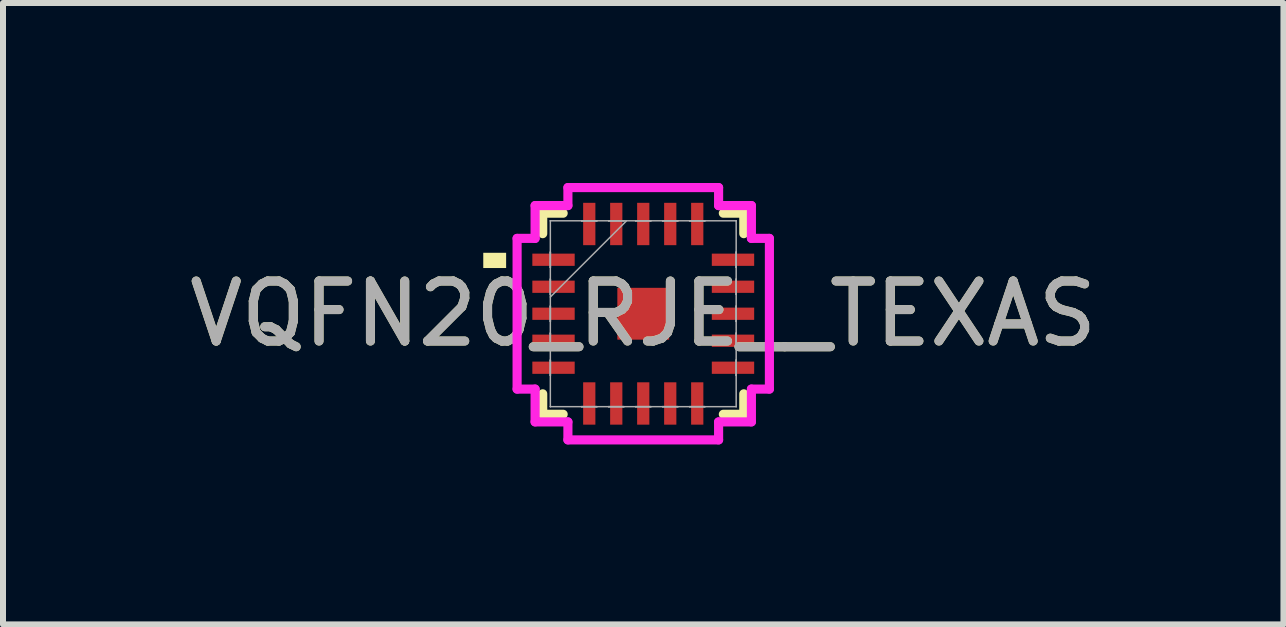
<source format=kicad_pcb>
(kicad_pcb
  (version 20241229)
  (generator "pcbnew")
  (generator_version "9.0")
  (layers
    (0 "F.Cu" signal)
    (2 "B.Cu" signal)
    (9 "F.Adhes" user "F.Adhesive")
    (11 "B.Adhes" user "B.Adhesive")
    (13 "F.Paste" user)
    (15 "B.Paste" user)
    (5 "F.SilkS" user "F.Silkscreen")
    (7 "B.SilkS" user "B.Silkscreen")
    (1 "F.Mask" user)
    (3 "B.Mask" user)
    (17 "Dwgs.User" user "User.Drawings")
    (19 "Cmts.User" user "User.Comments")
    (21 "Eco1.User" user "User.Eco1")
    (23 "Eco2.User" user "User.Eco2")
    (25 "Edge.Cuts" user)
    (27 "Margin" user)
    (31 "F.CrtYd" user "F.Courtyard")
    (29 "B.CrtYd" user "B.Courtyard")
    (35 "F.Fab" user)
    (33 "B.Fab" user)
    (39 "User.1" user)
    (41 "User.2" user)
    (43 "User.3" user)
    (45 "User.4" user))
  (footprint "VQFN20_RJE__TEXAS"
    (layer "F.Cu")
    (at 7.673 2.18)
    (property "Reference" "VQFN20_RJE__TEXAS" (at 0 0 0) (unlocked yes) (layer "F.SilkS") (effects (font (size 1 1) (thickness 0.15))))
    (attr smd)
    (fp_line (start -1.676 -1.676) (end -1.676 -1.335) (stroke (width 0.152) (type solid)) (layer "F.SilkS"))
    (fp_line (start -1.676 1.335) (end -1.676 1.676) (stroke (width 0.152) (type solid)) (layer "F.SilkS"))
    (fp_line (start -1.676 1.676) (end -1.335 1.676) (stroke (width 0.152) (type solid)) (layer "F.SilkS"))
    (fp_line (start -1.335 -1.676) (end -1.676 -1.676) (stroke (width 0.152) (type solid)) (layer "F.SilkS"))
    (fp_line (start 1.335 1.676) (end 1.676 1.676) (stroke (width 0.152) (type solid)) (layer "F.SilkS"))
    (fp_line (start 1.676 -1.676) (end 1.335 -1.676) (stroke (width 0.152) (type solid)) (layer "F.SilkS"))
    (fp_line (start 1.676 -1.335) (end 1.676 -1.676) (stroke (width 0.152) (type solid)) (layer "F.SilkS"))
    (fp_line (start 1.676 1.676) (end 1.676 1.335) (stroke (width 0.152) (type solid)) (layer "F.SilkS"))
    (fp_poly (pts (xy -2.667 -0.762) (xy -2.667 -1.016) (xy -2.286 -1.016) (xy -2.286 -0.762)) (stroke (width 0) (type solid)) (fill yes) (layer "F.SilkS"))
    (fp_line (start -2.103 -1.256) (end -1.803 -1.256) (stroke (width 0.152) (type solid)) (layer "F.CrtYd"))
    (fp_line (start -2.103 1.256) (end -2.103 -1.256) (stroke (width 0.152) (type solid)) (layer "F.CrtYd"))
    (fp_line (start -1.803 -1.803) (end -1.256 -1.803) (stroke (width 0.152) (type solid)) (layer "F.CrtYd"))
    (fp_line (start -1.803 -1.256) (end -1.803 -1.803) (stroke (width 0.152) (type solid)) (layer "F.CrtYd"))
    (fp_line (start -1.803 1.256) (end -2.103 1.256) (stroke (width 0.152) (type solid)) (layer "F.CrtYd"))
    (fp_line (start -1.803 1.803) (end -1.803 1.256) (stroke (width 0.152) (type solid)) (layer "F.CrtYd"))
    (fp_line (start -1.256 -2.103) (end 1.256 -2.103) (stroke (width 0.152) (type solid)) (layer "F.CrtYd"))
    (fp_line (start -1.256 -1.803) (end -1.256 -2.103) (stroke (width 0.152) (type solid)) (layer "F.CrtYd"))
    (fp_line (start -1.256 1.803) (end -1.803 1.803) (stroke (width 0.152) (type solid)) (layer "F.CrtYd"))
    (fp_line (start -1.256 2.103) (end -1.256 1.803) (stroke (width 0.152) (type solid)) (layer "F.CrtYd"))
    (fp_line (start 1.256 -2.103) (end 1.256 -1.803) (stroke (width 0.152) (type solid)) (layer "F.CrtYd"))
    (fp_line (start 1.256 -1.803) (end 1.803 -1.803) (stroke (width 0.152) (type solid)) (layer "F.CrtYd"))
    (fp_line (start 1.256 1.803) (end 1.256 2.103) (stroke (width 0.152) (type solid)) (layer "F.CrtYd"))
    (fp_line (start 1.256 2.103) (end -1.256 2.103) (stroke (width 0.152) (type solid)) (layer "F.CrtYd"))
    (fp_line (start 1.803 -1.803) (end 1.803 -1.256) (stroke (width 0.152) (type solid)) (layer "F.CrtYd"))
    (fp_line (start 1.803 -1.256) (end 2.103 -1.256) (stroke (width 0.152) (type solid)) (layer "F.CrtYd"))
    (fp_line (start 1.803 1.256) (end 1.803 1.803) (stroke (width 0.152) (type solid)) (layer "F.CrtYd"))
    (fp_line (start 1.803 1.803) (end 1.256 1.803) (stroke (width 0.152) (type solid)) (layer "F.CrtYd"))
    (fp_line (start 2.103 -1.256) (end 2.103 1.256) (stroke (width 0.152) (type solid)) (layer "F.CrtYd"))
    (fp_line (start 2.103 1.256) (end 1.803 1.256) (stroke (width 0.152) (type solid)) (layer "F.CrtYd"))
    (fp_line (start -1.549 -1.549) (end -1.549 -1.549) (stroke (width 0.025) (type solid)) (layer "F.Fab"))
    (fp_line (start -1.549 -1.549) (end -1.549 1.549) (stroke (width 0.025) (type solid)) (layer "F.Fab"))
    (fp_line (start -1.549 -1.027) (end -1.549 -1.027) (stroke (width 0.025) (type solid)) (layer "F.Fab"))
    (fp_line (start -1.549 -1.027) (end -1.549 -0.773) (stroke (width 0.025) (type solid)) (layer "F.Fab"))
    (fp_line (start -1.549 -0.773) (end -1.549 -1.027) (stroke (width 0.025) (type solid)) (layer "F.Fab"))
    (fp_line (start -1.549 -0.773) (end -1.549 -0.773) (stroke (width 0.025) (type solid)) (layer "F.Fab"))
    (fp_line (start -1.549 -0.577) (end -1.549 -0.577) (stroke (width 0.025) (type solid)) (layer "F.Fab"))
    (fp_line (start -1.549 -0.577) (end -1.549 -0.323) (stroke (width 0.025) (type solid)) (layer "F.Fab"))
    (fp_line (start -1.549 -0.323) (end -1.549 -0.577) (stroke (width 0.025) (type solid)) (layer "F.Fab"))
    (fp_line (start -1.549 -0.323) (end -1.549 -0.323) (stroke (width 0.025) (type solid)) (layer "F.Fab"))
    (fp_line (start -1.549 -0.279) (end -0.279 -1.549) (stroke (width 0.025) (type solid)) (layer "F.Fab"))
    (fp_line (start -1.549 -0.127) (end -1.549 -0.127) (stroke (width 0.025) (type solid)) (layer "F.Fab"))
    (fp_line (start -1.549 -0.127) (end -1.549 0.127) (stroke (width 0.025) (type solid)) (layer "F.Fab"))
    (fp_line (start -1.549 0.127) (end -1.549 -0.127) (stroke (width 0.025) (type solid)) (layer "F.Fab"))
    (fp_line (start -1.549 0.127) (end -1.549 0.127) (stroke (width 0.025) (type solid)) (layer "F.Fab"))
    (fp_line (start -1.549 0.323) (end -1.549 0.323) (stroke (width 0.025) (type solid)) (layer "F.Fab"))
    (fp_line (start -1.549 0.323) (end -1.549 0.577) (stroke (width 0.025) (type solid)) (layer "F.Fab"))
    (fp_line (start -1.549 0.577) (end -1.549 0.323) (stroke (width 0.025) (type solid)) (layer "F.Fab"))
    (fp_line (start -1.549 0.577) (end -1.549 0.577) (stroke (width 0.025) (type solid)) (layer "F.Fab"))
    (fp_line (start -1.549 0.773) (end -1.549 0.773) (stroke (width 0.025) (type solid)) (layer "F.Fab"))
    (fp_line (start -1.549 0.773) (end -1.549 1.027) (stroke (width 0.025) (type solid)) (layer "F.Fab"))
    (fp_line (start -1.549 1.027) (end -1.549 0.773) (stroke (width 0.025) (type solid)) (layer "F.Fab"))
    (fp_line (start -1.549 1.027) (end -1.549 1.027) (stroke (width 0.025) (type solid)) (layer "F.Fab"))
    (fp_line (start -1.549 1.549) (end -1.549 1.549) (stroke (width 0.025) (type solid)) (layer "F.Fab"))
    (fp_line (start -1.549 1.549) (end 1.549 1.549) (stroke (width 0.025) (type solid)) (layer "F.Fab"))
    (fp_line (start -1.027 -1.549) (end -1.027 -1.549) (stroke (width 0.025) (type solid)) (layer "F.Fab"))
    (fp_line (start -1.027 -1.549) (end -0.773 -1.549) (stroke (width 0.025) (type solid)) (layer "F.Fab"))
    (fp_line (start -1.027 1.549) (end -1.027 1.549) (stroke (width 0.025) (type solid)) (layer "F.Fab"))
    (fp_line (start -1.027 1.549) (end -0.773 1.549) (stroke (width 0.025) (type solid)) (layer "F.Fab"))
    (fp_line (start -0.773 -1.549) (end -1.027 -1.549) (stroke (width 0.025) (type solid)) (layer "F.Fab"))
    (fp_line (start -0.773 -1.549) (end -0.773 -1.549) (stroke (width 0.025) (type solid)) (layer "F.Fab"))
    (fp_line (start -0.773 1.549) (end -1.027 1.549) (stroke (width 0.025) (type solid)) (layer "F.Fab"))
    (fp_line (start -0.773 1.549) (end -0.773 1.549) (stroke (width 0.025) (type solid)) (layer "F.Fab"))
    (fp_line (start -0.577 -1.549) (end -0.577 -1.549) (stroke (width 0.025) (type solid)) (layer "F.Fab"))
    (fp_line (start -0.577 -1.549) (end -0.323 -1.549) (stroke (width 0.025) (type solid)) (layer "F.Fab"))
    (fp_line (start -0.577 1.549) (end -0.577 1.549) (stroke (width 0.025) (type solid)) (layer "F.Fab"))
    (fp_line (start -0.577 1.549) (end -0.323 1.549) (stroke (width 0.025) (type solid)) (layer "F.Fab"))
    (fp_line (start -0.323 -1.549) (end -0.577 -1.549) (stroke (width 0.025) (type solid)) (layer "F.Fab"))
    (fp_line (start -0.323 -1.549) (end -0.323 -1.549) (stroke (width 0.025) (type solid)) (layer "F.Fab"))
    (fp_line (start -0.323 1.549) (end -0.577 1.549) (stroke (width 0.025) (type solid)) (layer "F.Fab"))
    (fp_line (start -0.323 1.549) (end -0.323 1.549) (stroke (width 0.025) (type solid)) (layer "F.Fab"))
    (fp_line (start -0.127 -1.549) (end -0.127 -1.549) (stroke (width 0.025) (type solid)) (layer "F.Fab"))
    (fp_line (start -0.127 -1.549) (end 0.127 -1.549) (stroke (width 0.025) (type solid)) (layer "F.Fab"))
    (fp_line (start -0.127 1.549) (end -0.127 1.549) (stroke (width 0.025) (type solid)) (layer "F.Fab"))
    (fp_line (start -0.127 1.549) (end 0.127 1.549) (stroke (width 0.025) (type solid)) (layer "F.Fab"))
    (fp_line (start 0.127 -1.549) (end -0.127 -1.549) (stroke (width 0.025) (type solid)) (layer "F.Fab"))
    (fp_line (start 0.127 -1.549) (end 0.127 -1.549) (stroke (width 0.025) (type solid)) (layer "F.Fab"))
    (fp_line (start 0.127 1.549) (end -0.127 1.549) (stroke (width 0.025) (type solid)) (layer "F.Fab"))
    (fp_line (start 0.127 1.549) (end 0.127 1.549) (stroke (width 0.025) (type solid)) (layer "F.Fab"))
    (fp_line (start 0.323 -1.549) (end 0.323 -1.549) (stroke (width 0.025) (type solid)) (layer "F.Fab"))
    (fp_line (start 0.323 -1.549) (end 0.577 -1.549) (stroke (width 0.025) (type solid)) (layer "F.Fab"))
    (fp_line (start 0.323 1.549) (end 0.323 1.549) (stroke (width 0.025) (type solid)) (layer "F.Fab"))
    (fp_line (start 0.323 1.549) (end 0.577 1.549) (stroke (width 0.025) (type solid)) (layer "F.Fab"))
    (fp_line (start 0.577 -1.549) (end 0.323 -1.549) (stroke (width 0.025) (type solid)) (layer "F.Fab"))
    (fp_line (start 0.577 -1.549) (end 0.577 -1.549) (stroke (width 0.025) (type solid)) (layer "F.Fab"))
    (fp_line (start 0.577 1.549) (end 0.323 1.549) (stroke (width 0.025) (type solid)) (layer "F.Fab"))
    (fp_line (start 0.577 1.549) (end 0.577 1.549) (stroke (width 0.025) (type solid)) (layer "F.Fab"))
    (fp_line (start 0.773 -1.549) (end 0.773 -1.549) (stroke (width 0.025) (type solid)) (layer "F.Fab"))
    (fp_line (start 0.773 -1.549) (end 1.027 -1.549) (stroke (width 0.025) (type solid)) (layer "F.Fab"))
    (fp_line (start 0.773 1.549) (end 0.773 1.549) (stroke (width 0.025) (type solid)) (layer "F.Fab"))
    (fp_line (start 0.773 1.549) (end 1.027 1.549) (stroke (width 0.025) (type solid)) (layer "F.Fab"))
    (fp_line (start 1.027 -1.549) (end 0.773 -1.549) (stroke (width 0.025) (type solid)) (layer "F.Fab"))
    (fp_line (start 1.027 -1.549) (end 1.027 -1.549) (stroke (width 0.025) (type solid)) (layer "F.Fab"))
    (fp_line (start 1.027 1.549) (end 0.773 1.549) (stroke (width 0.025) (type solid)) (layer "F.Fab"))
    (fp_line (start 1.027 1.549) (end 1.027 1.549) (stroke (width 0.025) (type solid)) (layer "F.Fab"))
    (fp_line (start 1.549 -1.549) (end -1.549 -1.549) (stroke (width 0.025) (type solid)) (layer "F.Fab"))
    (fp_line (start 1.549 -1.549) (end 1.549 -1.549) (stroke (width 0.025) (type solid)) (layer "F.Fab"))
    (fp_line (start 1.549 -1.027) (end 1.549 -1.027) (stroke (width 0.025) (type solid)) (layer "F.Fab"))
    (fp_line (start 1.549 -1.027) (end 1.549 -0.773) (stroke (width 0.025) (type solid)) (layer "F.Fab"))
    (fp_line (start 1.549 -0.773) (end 1.549 -1.027) (stroke (width 0.025) (type solid)) (layer "F.Fab"))
    (fp_line (start 1.549 -0.773) (end 1.549 -0.773) (stroke (width 0.025) (type solid)) (layer "F.Fab"))
    (fp_line (start 1.549 -0.577) (end 1.549 -0.577) (stroke (width 0.025) (type solid)) (layer "F.Fab"))
    (fp_line (start 1.549 -0.577) (end 1.549 -0.323) (stroke (width 0.025) (type solid)) (layer "F.Fab"))
    (fp_line (start 1.549 -0.323) (end 1.549 -0.577) (stroke (width 0.025) (type solid)) (layer "F.Fab"))
    (fp_line (start 1.549 -0.323) (end 1.549 -0.323) (stroke (width 0.025) (type solid)) (layer "F.Fab"))
    (fp_line (start 1.549 -0.127) (end 1.549 -0.127) (stroke (width 0.025) (type solid)) (layer "F.Fab"))
    (fp_line (start 1.549 -0.127) (end 1.549 0.127) (stroke (width 0.025) (type solid)) (layer "F.Fab"))
    (fp_line (start 1.549 0.127) (end 1.549 -0.127) (stroke (width 0.025) (type solid)) (layer "F.Fab"))
    (fp_line (start 1.549 0.127) (end 1.549 0.127) (stroke (width 0.025) (type solid)) (layer "F.Fab"))
    (fp_line (start 1.549 0.323) (end 1.549 0.323) (stroke (width 0.025) (type solid)) (layer "F.Fab"))
    (fp_line (start 1.549 0.323) (end 1.549 0.577) (stroke (width 0.025) (type solid)) (layer "F.Fab"))
    (fp_line (start 1.549 0.577) (end 1.549 0.323) (stroke (width 0.025) (type solid)) (layer "F.Fab"))
    (fp_line (start 1.549 0.577) (end 1.549 0.577) (stroke (width 0.025) (type solid)) (layer "F.Fab"))
    (fp_line (start 1.549 0.773) (end 1.549 0.773) (stroke (width 0.025) (type solid)) (layer "F.Fab"))
    (fp_line (start 1.549 0.773) (end 1.549 1.027) (stroke (width 0.025) (type solid)) (layer "F.Fab"))
    (fp_line (start 1.549 1.027) (end 1.549 0.773) (stroke (width 0.025) (type solid)) (layer "F.Fab"))
    (fp_line (start 1.549 1.027) (end 1.549 1.027) (stroke (width 0.025) (type solid)) (layer "F.Fab"))
    (fp_line (start 1.549 1.549) (end 1.549 -1.549) (stroke (width 0.025) (type solid)) (layer "F.Fab"))
    (fp_line (start 1.549 1.549) (end 1.549 1.549) (stroke (width 0.025) (type solid)) (layer "F.Fab"))
    (fp_text user "${REFERENCE}" (at 0 0 0) (unlocked yes) (layer "F.Fab") (effects (font (size 1 1) (thickness 0.15))))
    (pad "1" smd rect (at -1.496 -0.9 90) (size 0.204 0.706) (layers "F.Cu" "F.Mask" "F.Paste"))
    (pad "2" smd rect (at -1.496 -0.45 90) (size 0.204 0.706) (layers "F.Cu" "F.Mask" "F.Paste"))
    (pad "3" smd rect (at -1.496 0 90) (size 0.204 0.706) (layers "F.Cu" "F.Mask" "F.Paste"))
    (pad "4" smd rect (at -1.496 0.45 90) (size 0.204 0.706) (layers "F.Cu" "F.Mask" "F.Paste"))
    (pad "5" smd rect (at -1.496 0.9 90) (size 0.204 0.706) (layers "F.Cu" "F.Mask" "F.Paste"))
    (pad "6" smd rect (at -0.9 1.496) (size 0.204 0.706) (layers "F.Cu" "F.Mask" "F.Paste"))
    (pad "7" smd rect (at -0.45 1.496) (size 0.204 0.706) (layers "F.Cu" "F.Mask" "F.Paste"))
    (pad "8" smd rect (at 0 1.496) (size 0.204 0.706) (layers "F.Cu" "F.Mask" "F.Paste"))
    (pad "9" smd rect (at 0.45 1.496) (size 0.204 0.706) (layers "F.Cu" "F.Mask" "F.Paste"))
    (pad "10" smd rect (at 0.9 1.496) (size 0.204 0.706) (layers "F.Cu" "F.Mask" "F.Paste"))
    (pad "11" smd rect (at 1.496 0.9 90) (size 0.204 0.706) (layers "F.Cu" "F.Mask" "F.Paste"))
    (pad "12" smd rect (at 1.496 0.45 90) (size 0.204 0.706) (layers "F.Cu" "F.Mask" "F.Paste"))
    (pad "13" smd rect (at 1.496 0 90) (size 0.204 0.706) (layers "F.Cu" "F.Mask" "F.Paste"))
    (pad "14" smd rect (at 1.496 -0.45 90) (size 0.204 0.706) (layers "F.Cu" "F.Mask" "F.Paste"))
    (pad "15" smd rect (at 1.496 -0.9 90) (size 0.204 0.706) (layers "F.Cu" "F.Mask" "F.Paste"))
    (pad "16" smd rect (at 0.9 -1.496) (size 0.204 0.706) (layers "F.Cu" "F.Mask" "F.Paste"))
    (pad "17" smd rect (at 0.45 -1.496) (size 0.204 0.706) (layers "F.Cu" "F.Mask" "F.Paste"))
    (pad "18" smd rect (at 0 -1.496) (size 0.204 0.706) (layers "F.Cu" "F.Mask" "F.Paste"))
    (pad "19" smd rect (at -0.45 -1.496) (size 0.204 0.706) (layers "F.Cu" "F.Mask" "F.Paste"))
    (pad "20" smd rect (at -0.9 -1.496) (size 0.204 0.706) (layers "F.Cu" "F.Mask" "F.Paste"))
    (pad "21" smd rect (at 0 0) (size 0.864 0.864) (layers "F.Cu" "F.Mask" "F.Paste")))
  (gr_rect
    (start -3 -3)
    (end 18.345 7.359)
    (stroke (width 0.1) (type default))
    (fill no)
    (layer "Edge.Cuts")))
</source>
